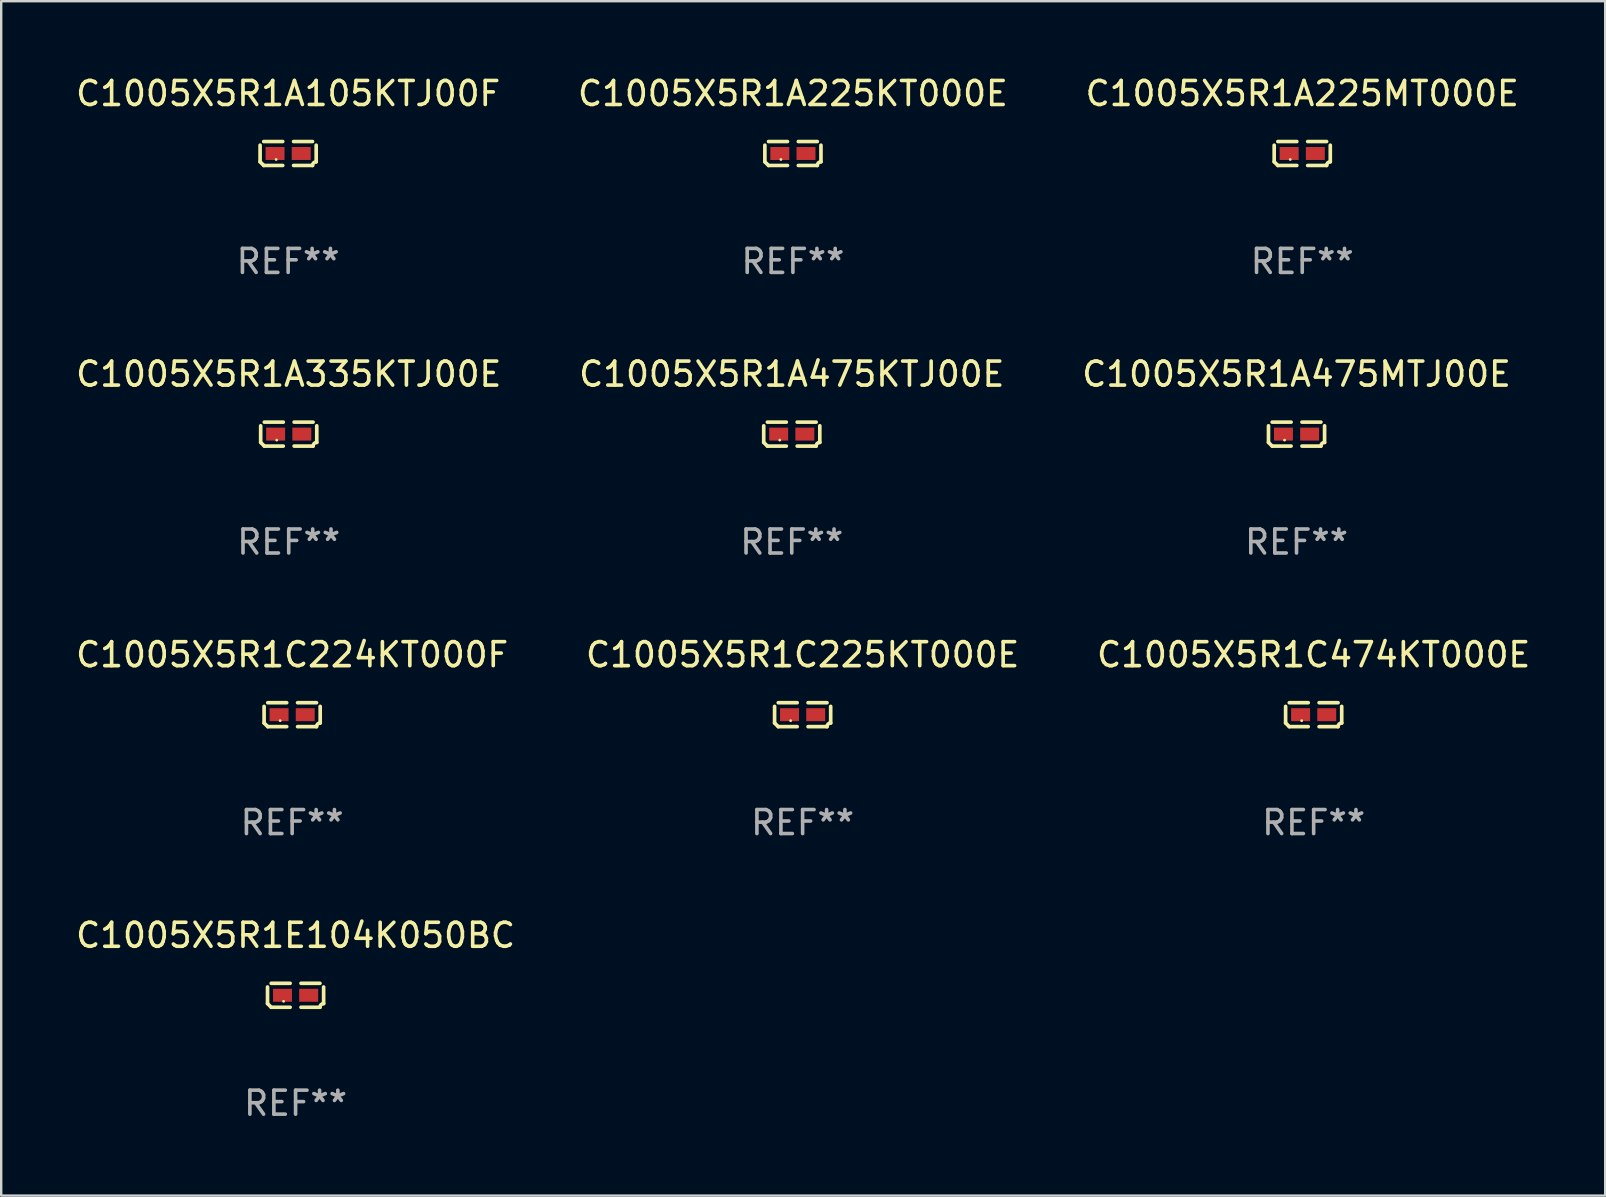
<source format=kicad_pcb>
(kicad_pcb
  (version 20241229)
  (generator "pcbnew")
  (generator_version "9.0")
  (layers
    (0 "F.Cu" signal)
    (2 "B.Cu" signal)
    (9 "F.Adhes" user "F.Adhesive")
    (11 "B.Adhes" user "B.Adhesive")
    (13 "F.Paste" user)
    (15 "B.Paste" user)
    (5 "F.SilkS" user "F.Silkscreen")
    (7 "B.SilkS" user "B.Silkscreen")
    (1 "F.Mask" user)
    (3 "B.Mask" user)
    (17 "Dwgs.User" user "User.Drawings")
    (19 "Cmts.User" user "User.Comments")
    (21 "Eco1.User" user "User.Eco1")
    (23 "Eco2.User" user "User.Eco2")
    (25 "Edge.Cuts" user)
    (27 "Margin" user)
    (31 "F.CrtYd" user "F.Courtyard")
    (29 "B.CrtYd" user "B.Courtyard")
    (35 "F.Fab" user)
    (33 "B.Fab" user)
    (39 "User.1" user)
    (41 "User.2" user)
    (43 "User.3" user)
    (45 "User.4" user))
  (footprint "C1005X5R1C225KT000E"
    (layer "F.Cu")
    (at 30.399 26.734)
    (property "Reference" "C1005X5R1C225KT000E" (at 0 -2.499 0) (layer "F.SilkS") (effects (font (size 1 1) (thickness 0.15))))
    (attr through_hole)
    (fp_line (start -1.169 0.346) (end -1.169 -0.346) (stroke (width 0.152) (type solid)) (layer "F.SilkS"))
    (fp_line (start -1.016 -0.499) (end -0.226 -0.499) (stroke (width 0.152) (type solid)) (layer "F.SilkS"))
    (fp_line (start -0.226 0.499) (end -1.016 0.499) (stroke (width 0.152) (type solid)) (layer "F.SilkS"))
    (fp_line (start 0.226 0.499) (end 1.016 0.499) (stroke (width 0.152) (type solid)) (layer "F.SilkS"))
    (fp_line (start 1.016 -0.499) (end 0.226 -0.499) (stroke (width 0.152) (type solid)) (layer "F.SilkS"))
    (fp_line (start 1.169 0.346) (end 1.169 -0.346) (stroke (width 0.152) (type solid)) (layer "F.SilkS"))
    (fp_arc (start -1.016307 0.498603) (mid -1.092512 0.422405) (end -1.16871 0.3462) (stroke (width 0.1524) (type solid)) (layer "F.SilkS"))
    (fp_arc (start 1.016307 0.498603) (mid 1.060899 0.390758) (end 1.168707 0.346076) (stroke (width 0.1524) (type solid)) (layer "F.SilkS"))
    (fp_circle (center -0.5 0.25) (end -0.47 0.25) (stroke (width 0.06) (type solid)) (fill no) (layer "F.SilkS"))
    (fp_text user "REF**" (at 0 4.499 0) (layer "F.Fab") (effects (font (size 1 1) (thickness 0.15))))
    (pad "1" smd rect (at -0.545 0) (size 0.79 0.54) (layers "F.Cu" "F.Mask" "F.Paste"))
    (pad "2" smd rect (at 0.545 0) (size 0.79 0.54) (layers "F.Cu" "F.Mask" "F.Paste")))
  (footprint "C1005X5R1A335KTJ00E"
    (layer "F.Cu")
    (at 8.982 15.041)
    (property "Reference" "C1005X5R1A335KTJ00E" (at 0 -2.499 0) (layer "F.SilkS") (effects (font (size 1 1) (thickness 0.15))))
    (attr through_hole)
    (fp_line (start -1.169 0.346) (end -1.169 -0.346) (stroke (width 0.152) (type solid)) (layer "F.SilkS"))
    (fp_line (start -1.016 -0.499) (end -0.226 -0.499) (stroke (width 0.152) (type solid)) (layer "F.SilkS"))
    (fp_line (start -0.226 0.499) (end -1.016 0.499) (stroke (width 0.152) (type solid)) (layer "F.SilkS"))
    (fp_line (start 0.226 0.499) (end 1.016 0.499) (stroke (width 0.152) (type solid)) (layer "F.SilkS"))
    (fp_line (start 1.016 -0.499) (end 0.226 -0.499) (stroke (width 0.152) (type solid)) (layer "F.SilkS"))
    (fp_line (start 1.169 0.346) (end 1.169 -0.346) (stroke (width 0.152) (type solid)) (layer "F.SilkS"))
    (fp_arc (start -1.016307 0.498603) (mid -1.092512 0.422405) (end -1.16871 0.3462) (stroke (width 0.1524) (type solid)) (layer "F.SilkS"))
    (fp_arc (start 1.016307 0.498603) (mid 1.060899 0.390758) (end 1.168707 0.346076) (stroke (width 0.1524) (type solid)) (layer "F.SilkS"))
    (fp_circle (center -0.5 0.25) (end -0.47 0.25) (stroke (width 0.06) (type solid)) (fill no) (layer "F.SilkS"))
    (fp_text user "REF**" (at 0 4.499 0) (layer "F.Fab") (effects (font (size 1 1) (thickness 0.15))))
    (pad "1" smd rect (at -0.545 0) (size 0.79 0.54) (layers "F.Cu" "F.Mask" "F.Paste"))
    (pad "2" smd rect (at 0.545 0) (size 0.79 0.54) (layers "F.Cu" "F.Mask" "F.Paste")))
  (footprint "C1005X5R1A225KT000E"
    (layer "F.Cu")
    (at 29.994 3.347)
    (property "Reference" "C1005X5R1A225KT000E" (at 0 -2.499 0) (layer "F.SilkS") (effects (font (size 1 1) (thickness 0.15))))
    (attr through_hole)
    (fp_line (start -1.169 0.346) (end -1.169 -0.346) (stroke (width 0.152) (type solid)) (layer "F.SilkS"))
    (fp_line (start -1.016 -0.499) (end -0.226 -0.499) (stroke (width 0.152) (type solid)) (layer "F.SilkS"))
    (fp_line (start -0.226 0.499) (end -1.016 0.499) (stroke (width 0.152) (type solid)) (layer "F.SilkS"))
    (fp_line (start 0.226 0.499) (end 1.016 0.499) (stroke (width 0.152) (type solid)) (layer "F.SilkS"))
    (fp_line (start 1.016 -0.499) (end 0.226 -0.499) (stroke (width 0.152) (type solid)) (layer "F.SilkS"))
    (fp_line (start 1.169 0.346) (end 1.169 -0.346) (stroke (width 0.152) (type solid)) (layer "F.SilkS"))
    (fp_arc (start -1.016307 0.498603) (mid -1.092512 0.422405) (end -1.16871 0.3462) (stroke (width 0.1524) (type solid)) (layer "F.SilkS"))
    (fp_arc (start 1.016307 0.498603) (mid 1.060899 0.390758) (end 1.168707 0.346076) (stroke (width 0.1524) (type solid)) (layer "F.SilkS"))
    (fp_circle (center -0.5 0.25) (end -0.47 0.25) (stroke (width 0.06) (type solid)) (fill no) (layer "F.SilkS"))
    (fp_text user "REF**" (at 0 4.499 0) (layer "F.Fab") (effects (font (size 1 1) (thickness 0.15))))
    (pad "1" smd rect (at -0.545 0) (size 0.79 0.54) (layers "F.Cu" "F.Mask" "F.Paste"))
    (pad "2" smd rect (at 0.545 0) (size 0.79 0.54) (layers "F.Cu" "F.Mask" "F.Paste")))
  (footprint "C1005X5R1C474KT000E"
    (layer "F.Cu")
    (at 51.696 26.734)
    (property "Reference" "C1005X5R1C474KT000E" (at 0 -2.499 0) (layer "F.SilkS") (effects (font (size 1 1) (thickness 0.15))))
    (attr through_hole)
    (fp_line (start -1.169 0.346) (end -1.169 -0.346) (stroke (width 0.152) (type solid)) (layer "F.SilkS"))
    (fp_line (start -1.016 -0.499) (end -0.226 -0.499) (stroke (width 0.152) (type solid)) (layer "F.SilkS"))
    (fp_line (start -0.226 0.499) (end -1.016 0.499) (stroke (width 0.152) (type solid)) (layer "F.SilkS"))
    (fp_line (start 0.226 0.499) (end 1.016 0.499) (stroke (width 0.152) (type solid)) (layer "F.SilkS"))
    (fp_line (start 1.016 -0.499) (end 0.226 -0.499) (stroke (width 0.152) (type solid)) (layer "F.SilkS"))
    (fp_line (start 1.169 0.346) (end 1.169 -0.346) (stroke (width 0.152) (type solid)) (layer "F.SilkS"))
    (fp_arc (start -1.016307 0.498603) (mid -1.092512 0.422405) (end -1.16871 0.3462) (stroke (width 0.1524) (type solid)) (layer "F.SilkS"))
    (fp_arc (start 1.016307 0.498603) (mid 1.060899 0.390758) (end 1.168707 0.346076) (stroke (width 0.1524) (type solid)) (layer "F.SilkS"))
    (fp_circle (center -0.5 0.25) (end -0.47 0.25) (stroke (width 0.06) (type solid)) (fill no) (layer "F.SilkS"))
    (fp_text user "REF**" (at 0 4.499 0) (layer "F.Fab") (effects (font (size 1 1) (thickness 0.15))))
    (pad "1" smd rect (at -0.545 0) (size 0.79 0.54) (layers "F.Cu" "F.Mask" "F.Paste"))
    (pad "2" smd rect (at 0.545 0) (size 0.79 0.54) (layers "F.Cu" "F.Mask" "F.Paste")))
  (footprint "C1005X5R1A475KTJ00E"
    (layer "F.Cu")
    (at 29.946 15.041)
    (property "Reference" "C1005X5R1A475KTJ00E" (at 0 -2.499 0) (layer "F.SilkS") (effects (font (size 1 1) (thickness 0.15))))
    (attr through_hole)
    (fp_line (start -1.169 0.346) (end -1.169 -0.346) (stroke (width 0.152) (type solid)) (layer "F.SilkS"))
    (fp_line (start -1.016 -0.499) (end -0.226 -0.499) (stroke (width 0.152) (type solid)) (layer "F.SilkS"))
    (fp_line (start -0.226 0.499) (end -1.016 0.499) (stroke (width 0.152) (type solid)) (layer "F.SilkS"))
    (fp_line (start 0.226 0.499) (end 1.016 0.499) (stroke (width 0.152) (type solid)) (layer "F.SilkS"))
    (fp_line (start 1.016 -0.499) (end 0.226 -0.499) (stroke (width 0.152) (type solid)) (layer "F.SilkS"))
    (fp_line (start 1.169 0.346) (end 1.169 -0.346) (stroke (width 0.152) (type solid)) (layer "F.SilkS"))
    (fp_arc (start -1.016307 0.498603) (mid -1.092512 0.422405) (end -1.16871 0.3462) (stroke (width 0.1524) (type solid)) (layer "F.SilkS"))
    (fp_arc (start 1.016307 0.498603) (mid 1.060899 0.390758) (end 1.168707 0.346076) (stroke (width 0.1524) (type solid)) (layer "F.SilkS"))
    (fp_circle (center -0.5 0.25) (end -0.47 0.25) (stroke (width 0.06) (type solid)) (fill no) (layer "F.SilkS"))
    (fp_text user "REF**" (at 0 4.499 0) (layer "F.Fab") (effects (font (size 1 1) (thickness 0.15))))
    (pad "1" smd rect (at -0.545 0) (size 0.79 0.54) (layers "F.Cu" "F.Mask" "F.Paste"))
    (pad "2" smd rect (at 0.545 0) (size 0.79 0.54) (layers "F.Cu" "F.Mask" "F.Paste")))
  (footprint "C1005X5R1A225MT000E"
    (layer "F.Cu")
    (at 51.22 3.347)
    (property "Reference" "C1005X5R1A225MT000E" (at 0 -2.499 0) (layer "F.SilkS") (effects (font (size 1 1) (thickness 0.15))))
    (attr through_hole)
    (fp_line (start -1.169 0.346) (end -1.169 -0.346) (stroke (width 0.152) (type solid)) (layer "F.SilkS"))
    (fp_line (start -1.016 -0.499) (end -0.226 -0.499) (stroke (width 0.152) (type solid)) (layer "F.SilkS"))
    (fp_line (start -0.226 0.499) (end -1.016 0.499) (stroke (width 0.152) (type solid)) (layer "F.SilkS"))
    (fp_line (start 0.226 0.499) (end 1.016 0.499) (stroke (width 0.152) (type solid)) (layer "F.SilkS"))
    (fp_line (start 1.016 -0.499) (end 0.226 -0.499) (stroke (width 0.152) (type solid)) (layer "F.SilkS"))
    (fp_line (start 1.169 0.346) (end 1.169 -0.346) (stroke (width 0.152) (type solid)) (layer "F.SilkS"))
    (fp_arc (start -1.016307 0.498603) (mid -1.092512 0.422405) (end -1.16871 0.3462) (stroke (width 0.1524) (type solid)) (layer "F.SilkS"))
    (fp_arc (start 1.016307 0.498603) (mid 1.060899 0.390758) (end 1.168707 0.346076) (stroke (width 0.1524) (type solid)) (layer "F.SilkS"))
    (fp_circle (center -0.5 0.25) (end -0.47 0.25) (stroke (width 0.06) (type solid)) (fill no) (layer "F.SilkS"))
    (fp_text user "REF**" (at 0 4.499 0) (layer "F.Fab") (effects (font (size 1 1) (thickness 0.15))))
    (pad "1" smd rect (at -0.545 0) (size 0.79 0.54) (layers "F.Cu" "F.Mask" "F.Paste"))
    (pad "2" smd rect (at 0.545 0) (size 0.79 0.54) (layers "F.Cu" "F.Mask" "F.Paste")))
  (footprint "C1005X5R1C224KT000F"
    (layer "F.Cu")
    (at 9.125 26.734)
    (property "Reference" "C1005X5R1C224KT000F" (at 0 -2.499 0) (layer "F.SilkS") (effects (font (size 1 1) (thickness 0.15))))
    (attr through_hole)
    (fp_line (start -1.169 0.346) (end -1.169 -0.346) (stroke (width 0.152) (type solid)) (layer "F.SilkS"))
    (fp_line (start -1.016 -0.499) (end -0.226 -0.499) (stroke (width 0.152) (type solid)) (layer "F.SilkS"))
    (fp_line (start -0.226 0.499) (end -1.016 0.499) (stroke (width 0.152) (type solid)) (layer "F.SilkS"))
    (fp_line (start 0.226 0.499) (end 1.016 0.499) (stroke (width 0.152) (type solid)) (layer "F.SilkS"))
    (fp_line (start 1.016 -0.499) (end 0.226 -0.499) (stroke (width 0.152) (type solid)) (layer "F.SilkS"))
    (fp_line (start 1.169 0.346) (end 1.169 -0.346) (stroke (width 0.152) (type solid)) (layer "F.SilkS"))
    (fp_arc (start -1.016307 0.498603) (mid -1.092512 0.422405) (end -1.16871 0.3462) (stroke (width 0.1524) (type solid)) (layer "F.SilkS"))
    (fp_arc (start 1.016307 0.498603) (mid 1.060899 0.390758) (end 1.168707 0.346076) (stroke (width 0.1524) (type solid)) (layer "F.SilkS"))
    (fp_circle (center -0.5 0.25) (end -0.47 0.25) (stroke (width 0.06) (type solid)) (fill no) (layer "F.SilkS"))
    (fp_text user "REF**" (at 0 4.499 0) (layer "F.Fab") (effects (font (size 1 1) (thickness 0.15))))
    (pad "1" smd rect (at -0.545 0) (size 0.79 0.54) (layers "F.Cu" "F.Mask" "F.Paste"))
    (pad "2" smd rect (at 0.545 0) (size 0.79 0.54) (layers "F.Cu" "F.Mask" "F.Paste")))
  (footprint "C1005X5R1E104K050BC"
    (layer "F.Cu")
    (at 9.268 38.428)
    (property "Reference" "C1005X5R1E104K050BC" (at 0 -2.499 0) (layer "F.SilkS") (effects (font (size 1 1) (thickness 0.15))))
    (attr through_hole)
    (fp_line (start -1.169 0.346) (end -1.169 -0.346) (stroke (width 0.152) (type solid)) (layer "F.SilkS"))
    (fp_line (start -1.016 -0.499) (end -0.226 -0.499) (stroke (width 0.152) (type solid)) (layer "F.SilkS"))
    (fp_line (start -0.226 0.499) (end -1.016 0.499) (stroke (width 0.152) (type solid)) (layer "F.SilkS"))
    (fp_line (start 0.226 0.499) (end 1.016 0.499) (stroke (width 0.152) (type solid)) (layer "F.SilkS"))
    (fp_line (start 1.016 -0.499) (end 0.226 -0.499) (stroke (width 0.152) (type solid)) (layer "F.SilkS"))
    (fp_line (start 1.169 0.346) (end 1.169 -0.346) (stroke (width 0.152) (type solid)) (layer "F.SilkS"))
    (fp_arc (start -1.016307 0.498603) (mid -1.092512 0.422405) (end -1.16871 0.3462) (stroke (width 0.1524) (type solid)) (layer "F.SilkS"))
    (fp_arc (start 1.016307 0.498603) (mid 1.060899 0.390758) (end 1.168707 0.346076) (stroke (width 0.1524) (type solid)) (layer "F.SilkS"))
    (fp_circle (center -0.5 0.25) (end -0.47 0.25) (stroke (width 0.06) (type solid)) (fill no) (layer "F.SilkS"))
    (fp_text user "REF**" (at 0 4.499 0) (layer "F.Fab") (effects (font (size 1 1) (thickness 0.15))))
    (pad "1" smd rect (at -0.545 0) (size 0.79 0.54) (layers "F.Cu" "F.Mask" "F.Paste"))
    (pad "2" smd rect (at 0.545 0) (size 0.79 0.54) (layers "F.Cu" "F.Mask" "F.Paste")))
  (footprint "C1005X5R1A105KTJ00F"
    (layer "F.Cu")
    (at 8.958 3.347)
    (property "Reference" "C1005X5R1A105KTJ00F" (at 0 -2.499 0) (layer "F.SilkS") (effects (font (size 1 1) (thickness 0.15))))
    (attr through_hole)
    (fp_line (start -1.169 0.346) (end -1.169 -0.346) (stroke (width 0.152) (type solid)) (layer "F.SilkS"))
    (fp_line (start -1.016 -0.499) (end -0.226 -0.499) (stroke (width 0.152) (type solid)) (layer "F.SilkS"))
    (fp_line (start -0.226 0.499) (end -1.016 0.499) (stroke (width 0.152) (type solid)) (layer "F.SilkS"))
    (fp_line (start 0.226 0.499) (end 1.016 0.499) (stroke (width 0.152) (type solid)) (layer "F.SilkS"))
    (fp_line (start 1.016 -0.499) (end 0.226 -0.499) (stroke (width 0.152) (type solid)) (layer "F.SilkS"))
    (fp_line (start 1.169 0.346) (end 1.169 -0.346) (stroke (width 0.152) (type solid)) (layer "F.SilkS"))
    (fp_arc (start -1.016307 0.498603) (mid -1.092512 0.422405) (end -1.16871 0.3462) (stroke (width 0.1524) (type solid)) (layer "F.SilkS"))
    (fp_arc (start 1.016307 0.498603) (mid 1.060899 0.390758) (end 1.168707 0.346076) (stroke (width 0.1524) (type solid)) (layer "F.SilkS"))
    (fp_circle (center -0.5 0.25) (end -0.47 0.25) (stroke (width 0.06) (type solid)) (fill no) (layer "F.SilkS"))
    (fp_text user "REF**" (at 0 4.499 0) (layer "F.Fab") (effects (font (size 1 1) (thickness 0.15))))
    (pad "1" smd rect (at -0.545 0) (size 0.79 0.54) (layers "F.Cu" "F.Mask" "F.Paste"))
    (pad "2" smd rect (at 0.545 0) (size 0.79 0.54) (layers "F.Cu" "F.Mask" "F.Paste")))
  (footprint "C1005X5R1A475MTJ00E"
    (layer "F.Cu")
    (at 50.982 15.041)
    (property "Reference" "C1005X5R1A475MTJ00E" (at 0 -2.499 0) (layer "F.SilkS") (effects (font (size 1 1) (thickness 0.15))))
    (attr through_hole)
    (fp_line (start -1.169 0.346) (end -1.169 -0.346) (stroke (width 0.152) (type solid)) (layer "F.SilkS"))
    (fp_line (start -1.016 -0.499) (end -0.226 -0.499) (stroke (width 0.152) (type solid)) (layer "F.SilkS"))
    (fp_line (start -0.226 0.499) (end -1.016 0.499) (stroke (width 0.152) (type solid)) (layer "F.SilkS"))
    (fp_line (start 0.226 0.499) (end 1.016 0.499) (stroke (width 0.152) (type solid)) (layer "F.SilkS"))
    (fp_line (start 1.016 -0.499) (end 0.226 -0.499) (stroke (width 0.152) (type solid)) (layer "F.SilkS"))
    (fp_line (start 1.169 0.346) (end 1.169 -0.346) (stroke (width 0.152) (type solid)) (layer "F.SilkS"))
    (fp_arc (start -1.016307 0.498603) (mid -1.092512 0.422405) (end -1.16871 0.3462) (stroke (width 0.1524) (type solid)) (layer "F.SilkS"))
    (fp_arc (start 1.016307 0.498603) (mid 1.060899 0.390758) (end 1.168707 0.346076) (stroke (width 0.1524) (type solid)) (layer "F.SilkS"))
    (fp_circle (center -0.5 0.25) (end -0.47 0.25) (stroke (width 0.06) (type solid)) (fill no) (layer "F.SilkS"))
    (fp_text user "REF**" (at 0 4.499 0) (layer "F.Fab") (effects (font (size 1 1) (thickness 0.15))))
    (pad "1" smd rect (at -0.545 0) (size 0.79 0.54) (layers "F.Cu" "F.Mask" "F.Paste"))
    (pad "2" smd rect (at 0.545 0) (size 0.79 0.54) (layers "F.Cu" "F.Mask" "F.Paste")))
  (gr_rect
    (start -3 -3)
    (end 63.845 46.775)
    (stroke (width 0.1) (type default))
    (fill no)
    (layer "Edge.Cuts")))
</source>
